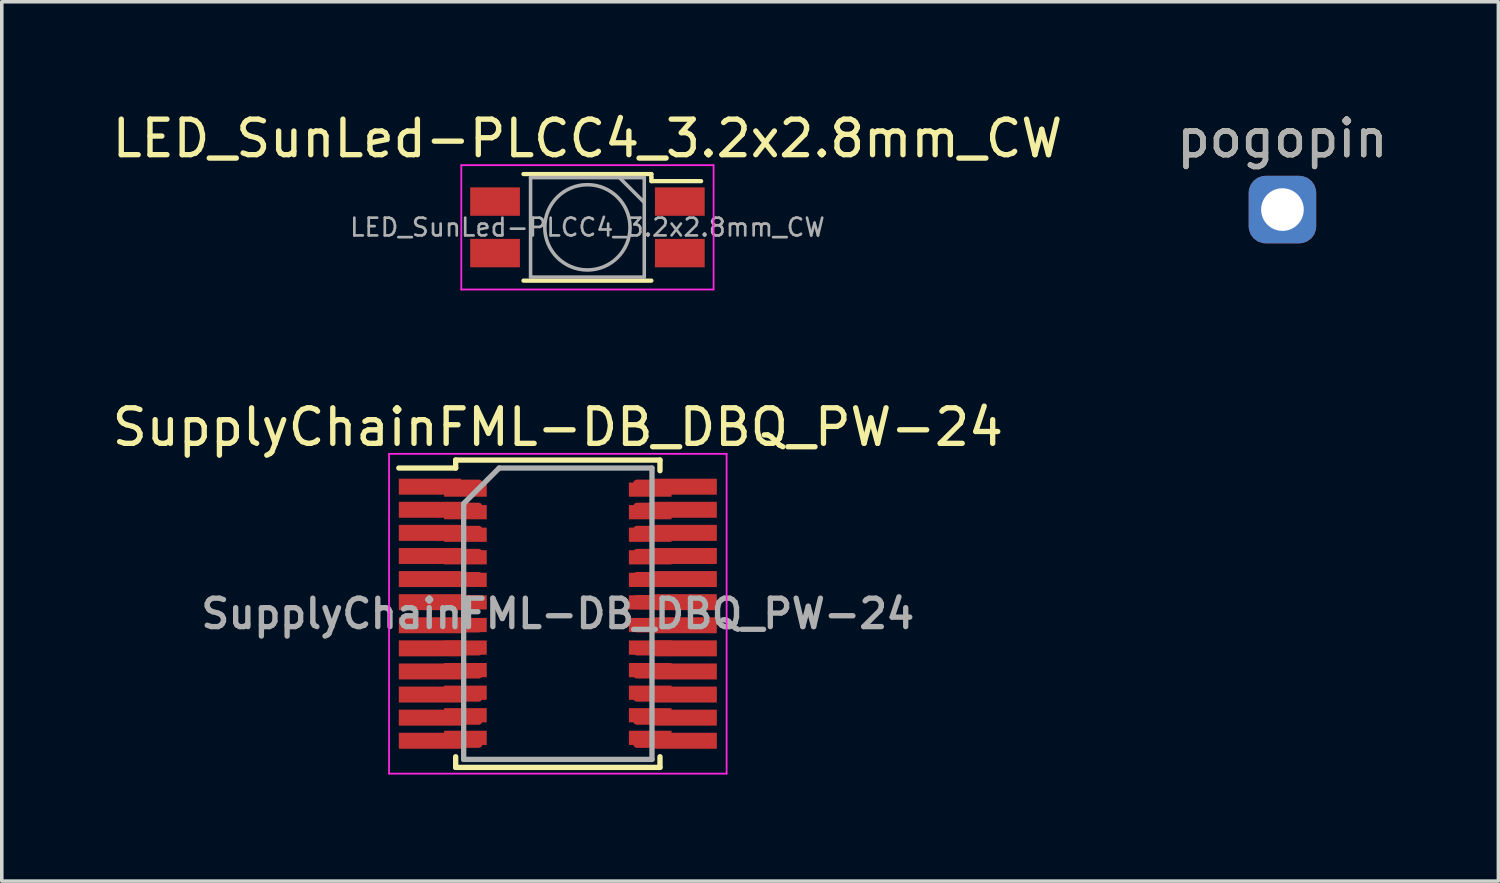
<source format=kicad_pcb>
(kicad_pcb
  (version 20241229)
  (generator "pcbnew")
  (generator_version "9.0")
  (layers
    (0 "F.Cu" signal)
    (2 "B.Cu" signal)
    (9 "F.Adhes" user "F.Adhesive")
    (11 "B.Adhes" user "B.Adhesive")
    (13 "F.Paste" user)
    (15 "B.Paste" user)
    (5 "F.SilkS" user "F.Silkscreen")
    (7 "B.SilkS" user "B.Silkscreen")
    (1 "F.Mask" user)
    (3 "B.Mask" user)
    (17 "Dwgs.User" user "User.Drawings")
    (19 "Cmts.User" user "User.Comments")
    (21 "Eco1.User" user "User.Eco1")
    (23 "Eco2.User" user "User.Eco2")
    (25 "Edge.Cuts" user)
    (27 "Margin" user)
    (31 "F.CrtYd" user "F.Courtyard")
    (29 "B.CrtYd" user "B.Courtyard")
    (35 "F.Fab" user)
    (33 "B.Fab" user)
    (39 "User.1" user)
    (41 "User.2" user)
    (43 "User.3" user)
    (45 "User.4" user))
  (footprint "pogopin"
    (layer "F.Cu")
    (at 33.042 2.848)
    (property "Reference" "pogopin" (at 0 -2 0) (unlocked yes) (layer "F.SilkS") (effects (font (size 1 1) (thickness 0.15))))
    (attr through_hole)
    (fp_text user "${REFERENCE}" (at 0 -2 0) (unlocked yes) (layer "F.Fab") (effects (font (size 1 1) (thickness 0.15))))
    (pad "1" thru_hole roundrect (at 0 0) (size 1.9 1.9) (drill 1.2) (layers "*.Cu" "*.Mask") (roundrect_rratio 0.25)))
  (footprint "SupplyChainFML-DB_DBQ_PW-24"
    (layer "F.Cu")
    (at 12.649 14.222)
    (property "Reference" "SupplyChainFML-DB_DBQ_PW-24" (at 0 -5.25 0) (layer "F.SilkS") (effects (font (size 1 1) (thickness 0.15))))
    (attr smd)
    (fp_line (start -2.875 -4.325) (end -2.875 -4.1) (stroke (width 0.15) (type solid)) (layer "F.SilkS"))
    (fp_line (start -2.875 -4.325) (end 2.875 -4.325) (stroke (width 0.15) (type solid)) (layer "F.SilkS"))
    (fp_line (start -2.875 -4.1) (end -4.475 -4.1) (stroke (width 0.15) (type solid)) (layer "F.SilkS"))
    (fp_line (start -2.875 4.325) (end -2.875 4.025) (stroke (width 0.15) (type solid)) (layer "F.SilkS"))
    (fp_line (start -2.875 4.325) (end 2.875 4.325) (stroke (width 0.15) (type solid)) (layer "F.SilkS"))
    (fp_line (start 2.875 -4.325) (end 2.875 -4.025) (stroke (width 0.15) (type solid)) (layer "F.SilkS"))
    (fp_line (start 2.875 4.325) (end 2.875 4.025) (stroke (width 0.15) (type solid)) (layer "F.SilkS"))
    (fp_line (start -4.75 -4.5) (end -4.75 4.5) (stroke (width 0.05) (type solid)) (layer "F.CrtYd"))
    (fp_line (start -4.75 -4.5) (end 4.75 -4.5) (stroke (width 0.05) (type solid)) (layer "F.CrtYd"))
    (fp_line (start -4.75 4.5) (end 4.75 4.5) (stroke (width 0.05) (type solid)) (layer "F.CrtYd"))
    (fp_line (start 4.75 -4.5) (end 4.75 4.5) (stroke (width 0.05) (type solid)) (layer "F.CrtYd"))
    (fp_line (start -2.65 -3.1) (end -1.65 -4.1) (stroke (width 0.15) (type solid)) (layer "F.Fab"))
    (fp_line (start -2.65 4.1) (end -2.65 -3.1) (stroke (width 0.15) (type solid)) (layer "F.Fab"))
    (fp_line (start -1.65 -4.1) (end 2.65 -4.1) (stroke (width 0.15) (type solid)) (layer "F.Fab"))
    (fp_line (start 2.65 -4.1) (end 2.65 4.1) (stroke (width 0.15) (type solid)) (layer "F.Fab"))
    (fp_line (start 2.65 4.1) (end -2.65 4.1) (stroke (width 0.15) (type solid)) (layer "F.Fab"))
    (fp_text user "${REFERENCE}" (at 0 0 0) (layer "F.Fab") (effects (font (size 0.8 0.8) (thickness 0.15))))
    (pad "1" smd rect (at -3.6 -3.575) (size 1.75 0.45) (layers "F.Cu" "F.Mask" "F.Paste"))
    (pad "1" smd roundrect (at -2.862 -3.575) (size 1.475 0.4) (layers "F.Cu" "F.Mask" "F.Paste") (roundrect_rratio 0.25))
    (pad "1" smd rect (at -2.6 -3.493) (size 1.2 0.4) (layers "F.Cu" "F.Mask" "F.Paste"))
    (pad "2" smd rect (at -3.6 -2.925) (size 1.75 0.45) (layers "F.Cu" "F.Mask" "F.Paste"))
    (pad "2" smd roundrect (at -2.862 -2.925) (size 1.475 0.4) (layers "F.Cu" "F.Mask" "F.Paste") (roundrect_rratio 0.25))
    (pad "2" smd rect (at -2.6 -2.857) (size 1.2 0.4) (layers "F.Cu" "F.Mask" "F.Paste"))
    (pad "3" smd rect (at -3.6 -2.275) (size 1.75 0.45) (layers "F.Cu" "F.Mask" "F.Paste"))
    (pad "3" smd roundrect (at -2.862 -2.275) (size 1.475 0.4) (layers "F.Cu" "F.Mask" "F.Paste") (roundrect_rratio 0.25))
    (pad "3" smd rect (at -2.6 -2.223) (size 1.2 0.4) (layers "F.Cu" "F.Mask" "F.Paste"))
    (pad "4" smd rect (at -3.6 -1.625) (size 1.75 0.45) (layers "F.Cu" "F.Mask" "F.Paste"))
    (pad "4" smd roundrect (at -2.862 -1.625) (size 1.475 0.4) (layers "F.Cu" "F.Mask" "F.Paste") (roundrect_rratio 0.25))
    (pad "4" smd rect (at -2.6 -1.587) (size 1.2 0.4) (layers "F.Cu" "F.Mask" "F.Paste"))
    (pad "5" smd rect (at -3.6 -0.975) (size 1.75 0.45) (layers "F.Cu" "F.Mask" "F.Paste"))
    (pad "5" smd roundrect (at -2.862 -0.975) (size 1.475 0.4) (layers "F.Cu" "F.Mask" "F.Paste") (roundrect_rratio 0.25))
    (pad "5" smd rect (at -2.6 -0.953) (size 1.2 0.4) (layers "F.Cu" "F.Mask" "F.Paste"))
    (pad "6" smd rect (at -3.6 -0.325) (size 1.75 0.45) (layers "F.Cu" "F.Mask" "F.Paste"))
    (pad "6" smd roundrect (at -2.862 -0.325) (size 1.475 0.4) (layers "F.Cu" "F.Mask" "F.Paste") (roundrect_rratio 0.25))
    (pad "6" smd rect (at -2.6 -0.318) (size 1.2 0.4) (layers "F.Cu" "F.Mask" "F.Paste"))
    (pad "7" smd rect (at -3.6 0.325) (size 1.75 0.45) (layers "F.Cu" "F.Mask" "F.Paste"))
    (pad "7" smd roundrect (at -2.862 0.325) (size 1.475 0.4) (layers "F.Cu" "F.Mask" "F.Paste") (roundrect_rratio 0.25))
    (pad "7" smd rect (at -2.6 0.318) (size 1.2 0.4) (layers "F.Cu" "F.Mask" "F.Paste"))
    (pad "8" smd rect (at -3.6 0.975) (size 1.75 0.45) (layers "F.Cu" "F.Mask" "F.Paste"))
    (pad "8" smd roundrect (at -2.862 0.975) (size 1.475 0.4) (layers "F.Cu" "F.Mask" "F.Paste") (roundrect_rratio 0.25))
    (pad "8" smd rect (at -2.6 0.953) (size 1.2 0.4) (layers "F.Cu" "F.Mask" "F.Paste"))
    (pad "9" smd rect (at -3.6 1.625) (size 1.75 0.45) (layers "F.Cu" "F.Mask" "F.Paste"))
    (pad "9" smd roundrect (at -2.862 1.625) (size 1.475 0.4) (layers "F.Cu" "F.Mask" "F.Paste") (roundrect_rratio 0.25))
    (pad "9" smd rect (at -2.6 1.587) (size 1.2 0.4) (layers "F.Cu" "F.Mask" "F.Paste"))
    (pad "10" smd rect (at -3.6 2.275) (size 1.75 0.45) (layers "F.Cu" "F.Mask" "F.Paste"))
    (pad "10" smd roundrect (at -2.862 2.275) (size 1.475 0.4) (layers "F.Cu" "F.Mask" "F.Paste") (roundrect_rratio 0.25))
    (pad "10" smd rect (at -2.6 2.223) (size 1.2 0.4) (layers "F.Cu" "F.Mask" "F.Paste"))
    (pad "11" smd rect (at -3.6 2.925) (size 1.75 0.45) (layers "F.Cu" "F.Mask" "F.Paste"))
    (pad "11" smd roundrect (at -2.862 2.925) (size 1.475 0.4) (layers "F.Cu" "F.Mask" "F.Paste") (roundrect_rratio 0.25))
    (pad "11" smd rect (at -2.6 2.857) (size 1.2 0.4) (layers "F.Cu" "F.Mask" "F.Paste"))
    (pad "12" smd rect (at -3.6 3.575) (size 1.75 0.45) (layers "F.Cu" "F.Mask" "F.Paste"))
    (pad "12" smd roundrect (at -2.862 3.575) (size 1.475 0.4) (layers "F.Cu" "F.Mask" "F.Paste") (roundrect_rratio 0.25))
    (pad "12" smd rect (at -2.6 3.493) (size 1.2 0.4) (layers "F.Cu" "F.Mask" "F.Paste"))
    (pad "13" smd rect (at 2.6 3.493) (size 1.2 0.4) (layers "F.Cu" "F.Mask" "F.Paste"))
    (pad "13" smd roundrect (at 2.862 3.575) (size 1.475 0.4) (layers "F.Cu" "F.Mask" "F.Paste") (roundrect_rratio 0.25))
    (pad "13" smd rect (at 3.6 3.575) (size 1.75 0.45) (layers "F.Cu" "F.Mask" "F.Paste"))
    (pad "14" smd rect (at 2.6 2.857) (size 1.2 0.4) (layers "F.Cu" "F.Mask" "F.Paste"))
    (pad "14" smd roundrect (at 2.862 2.925) (size 1.475 0.4) (layers "F.Cu" "F.Mask" "F.Paste") (roundrect_rratio 0.25))
    (pad "14" smd rect (at 3.6 2.925) (size 1.75 0.45) (layers "F.Cu" "F.Mask" "F.Paste"))
    (pad "15" smd rect (at 2.6 2.223) (size 1.2 0.4) (layers "F.Cu" "F.Mask" "F.Paste"))
    (pad "15" smd roundrect (at 2.862 2.275) (size 1.475 0.4) (layers "F.Cu" "F.Mask" "F.Paste") (roundrect_rratio 0.25))
    (pad "15" smd rect (at 3.6 2.275) (size 1.75 0.45) (layers "F.Cu" "F.Mask" "F.Paste"))
    (pad "16" smd rect (at 2.6 1.587) (size 1.2 0.4) (layers "F.Cu" "F.Mask" "F.Paste"))
    (pad "16" smd roundrect (at 2.862 1.625) (size 1.475 0.4) (layers "F.Cu" "F.Mask" "F.Paste") (roundrect_rratio 0.25))
    (pad "16" smd rect (at 3.6 1.625) (size 1.75 0.45) (layers "F.Cu" "F.Mask" "F.Paste"))
    (pad "17" smd rect (at 2.6 0.953) (size 1.2 0.4) (layers "F.Cu" "F.Mask" "F.Paste"))
    (pad "17" smd roundrect (at 2.862 0.975) (size 1.475 0.4) (layers "F.Cu" "F.Mask" "F.Paste") (roundrect_rratio 0.25))
    (pad "17" smd rect (at 3.6 0.975) (size 1.75 0.45) (layers "F.Cu" "F.Mask" "F.Paste"))
    (pad "18" smd rect (at 2.6 0.318) (size 1.2 0.4) (layers "F.Cu" "F.Mask" "F.Paste"))
    (pad "18" smd roundrect (at 2.862 0.325) (size 1.475 0.4) (layers "F.Cu" "F.Mask" "F.Paste") (roundrect_rratio 0.25))
    (pad "18" smd rect (at 3.6 0.325) (size 1.75 0.45) (layers "F.Cu" "F.Mask" "F.Paste"))
    (pad "19" smd rect (at 2.6 -0.318) (size 1.2 0.4) (layers "F.Cu" "F.Mask" "F.Paste"))
    (pad "19" smd roundrect (at 2.862 -0.325) (size 1.475 0.4) (layers "F.Cu" "F.Mask" "F.Paste") (roundrect_rratio 0.25))
    (pad "19" smd rect (at 3.6 -0.325) (size 1.75 0.45) (layers "F.Cu" "F.Mask" "F.Paste"))
    (pad "20" smd rect (at 2.6 -0.953) (size 1.2 0.4) (layers "F.Cu" "F.Mask" "F.Paste"))
    (pad "20" smd roundrect (at 2.862 -0.975) (size 1.475 0.4) (layers "F.Cu" "F.Mask" "F.Paste") (roundrect_rratio 0.25))
    (pad "20" smd rect (at 3.6 -0.975) (size 1.75 0.45) (layers "F.Cu" "F.Mask" "F.Paste"))
    (pad "21" smd rect (at 2.6 -1.587) (size 1.2 0.4) (layers "F.Cu" "F.Mask" "F.Paste"))
    (pad "21" smd roundrect (at 2.862 -1.625) (size 1.475 0.4) (layers "F.Cu" "F.Mask" "F.Paste") (roundrect_rratio 0.25))
    (pad "21" smd rect (at 3.6 -1.625) (size 1.75 0.45) (layers "F.Cu" "F.Mask" "F.Paste"))
    (pad "22" smd rect (at 2.6 -2.223) (size 1.2 0.4) (layers "F.Cu" "F.Mask" "F.Paste"))
    (pad "22" smd roundrect (at 2.862 -2.275) (size 1.475 0.4) (layers "F.Cu" "F.Mask" "F.Paste") (roundrect_rratio 0.25))
    (pad "22" smd rect (at 3.6 -2.275) (size 1.75 0.45) (layers "F.Cu" "F.Mask" "F.Paste"))
    (pad "23" smd rect (at 2.6 -2.857) (size 1.2 0.4) (layers "F.Cu" "F.Mask" "F.Paste"))
    (pad "23" smd roundrect (at 2.862 -2.925) (size 1.475 0.4) (layers "F.Cu" "F.Mask" "F.Paste") (roundrect_rratio 0.25))
    (pad "23" smd rect (at 3.6 -2.925) (size 1.75 0.45) (layers "F.Cu" "F.Mask" "F.Paste"))
    (pad "24" smd rect (at 2.6 -3.493) (size 1.2 0.4) (layers "F.Cu" "F.Mask" "F.Paste"))
    (pad "24" smd roundrect (at 2.862 -3.575) (size 1.475 0.4) (layers "F.Cu" "F.Mask" "F.Paste") (roundrect_rratio 0.25))
    (pad "24" smd rect (at 3.6 -3.575) (size 1.75 0.45) (layers "F.Cu" "F.Mask" "F.Paste")))
  (footprint "LED_SunLed-PLCC4_3.2x2.8mm_CW"
    (layer "F.Cu")
    (at 13.482 3.348)
    (property "Reference" "LED_SunLed-PLCC4_3.2x2.8mm_CW" (at 0 -2.5 0) (unlocked yes) (layer "F.SilkS") (effects (font (size 1 1) (thickness 0.15))))
    (attr smd)
    (fp_circle (center 0 0) (end 1.6 0) (stroke (width 0.12) (type solid)) (fill yes) (layer "F.Mask"))
    (fp_line (start -1.3 -1.5) (end -1.8 -1.5) (stroke (width 0.12) (type solid)) (layer "F.SilkS"))
    (fp_line (start 1.8 -1.5) (end -1.3 -1.5) (stroke (width 0.12) (type solid)) (layer "F.SilkS"))
    (fp_line (start 1.8 -1.5) (end 1.8 -1.4) (stroke (width 0.12) (type solid)) (layer "F.SilkS"))
    (fp_line (start 1.8 -1.4) (end 1.8 -1.3) (stroke (width 0.12) (type solid)) (layer "F.SilkS"))
    (fp_line (start 1.8 -1.3) (end 3.2 -1.3) (stroke (width 0.12) (type solid)) (layer "F.SilkS"))
    (fp_line (start 1.8 1.5) (end -1.8 1.5) (stroke (width 0.12) (type solid)) (layer "F.SilkS"))
    (fp_line (start -3.55 -1.75) (end -3.55 1.75) (stroke (width 0.05) (type solid)) (layer "F.CrtYd"))
    (fp_line (start -3.55 -1.75) (end 3.55 -1.75) (stroke (width 0.05) (type solid)) (layer "F.CrtYd"))
    (fp_line (start 3.55 -1.75) (end 3.55 1.75) (stroke (width 0.05) (type solid)) (layer "F.CrtYd"))
    (fp_line (start 3.55 1.75) (end -3.55 1.75) (stroke (width 0.05) (type solid)) (layer "F.CrtYd"))
    (fp_line (start -1.6 -1.4) (end 1.6 -1.4) (stroke (width 0.1) (type solid)) (layer "F.Fab"))
    (fp_line (start -1.6 1.4) (end -1.6 -1.4) (stroke (width 0.1) (type solid)) (layer "F.Fab"))
    (fp_line (start 1.6 -1.4) (end 1.6 1.4) (stroke (width 0.1) (type solid)) (layer "F.Fab"))
    (fp_line (start 1.6 -0.7) (end 0.9 -1.4) (stroke (width 0.1) (type solid)) (layer "F.Fab"))
    (fp_line (start 1.6 1.4) (end -1.6 1.4) (stroke (width 0.1) (type solid)) (layer "F.Fab"))
    (fp_circle (center 0 0) (end 0 -1.2) (stroke (width 0.1) (type solid)) (fill no) (layer "F.Fab"))
    (fp_text user "${REFERENCE}" (at 0 0 0) (unlocked yes) (layer "F.Fab") (effects (font (size 0.5 0.5) (thickness 0.075))))
    (pad "1" smd rect (at 2.6 -0.725) (size 1.4 0.8) (layers "F.Cu" "F.Mask" "F.Paste"))
    (pad "2" smd rect (at -2.6 -0.725) (size 1.4 0.8) (layers "F.Cu" "F.Mask" "F.Paste"))
    (pad "3" smd rect (at -2.6 0.725) (size 1.4 0.8) (layers "F.Cu" "F.Mask" "F.Paste"))
    (pad "4" smd rect (at 2.6 0.725) (size 1.4 0.8) (layers "F.Cu" "F.Mask" "F.Paste"))
    (zone (net_name "") (layer "F.Cu") (hatch edge 0.508) (connect_pads) (min_thickness 0.254) (filled_areas_thickness no) (keepout (tracks allowed) (vias allowed) (pads allowed) (copperpour not_allowed) (footprints allowed)) (placement (enabled no)) (fill) (polygon (pts (xy 15.182 2.648) (xy 15.182 4.048) (xy 14.182 5.048) (xy 12.682 5.048) (xy 11.782 4.048) (xy 11.782 2.648) (xy 12.782 1.648) (xy 14.182 1.648)))))
  (gr_rect
    (start -3 -3)
    (end 39.119 21.747)
    (stroke (width 0.1) (type default))
    (fill no)
    (layer "Edge.Cuts")))
</source>
